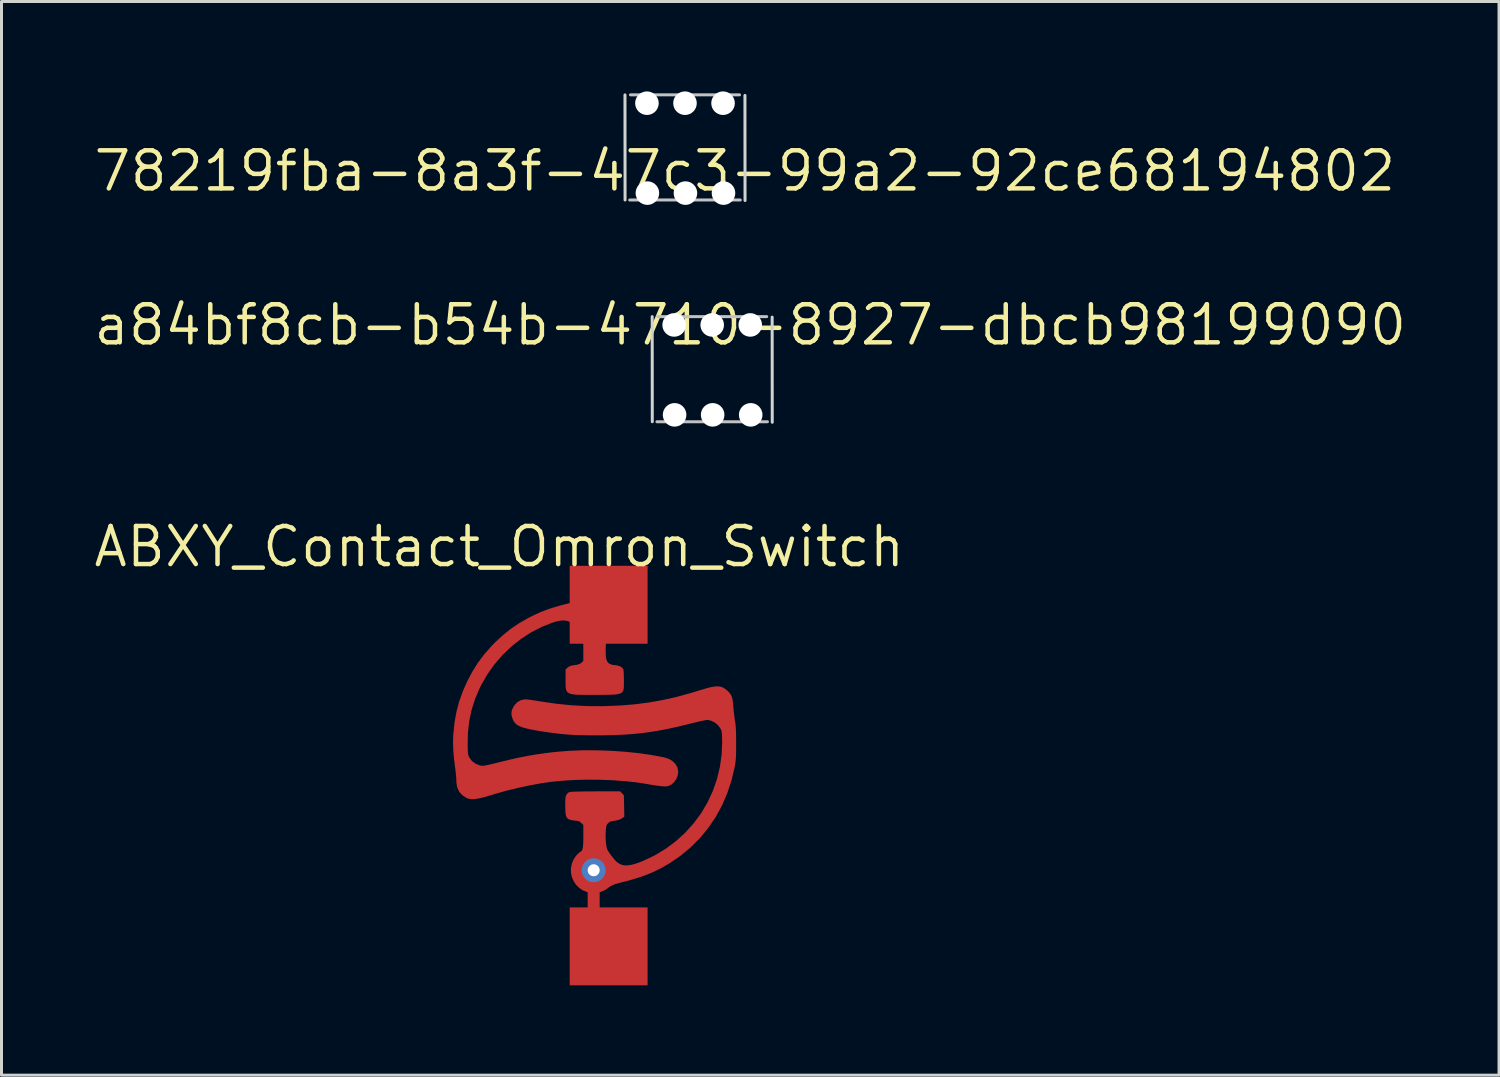
<source format=kicad_pcb>
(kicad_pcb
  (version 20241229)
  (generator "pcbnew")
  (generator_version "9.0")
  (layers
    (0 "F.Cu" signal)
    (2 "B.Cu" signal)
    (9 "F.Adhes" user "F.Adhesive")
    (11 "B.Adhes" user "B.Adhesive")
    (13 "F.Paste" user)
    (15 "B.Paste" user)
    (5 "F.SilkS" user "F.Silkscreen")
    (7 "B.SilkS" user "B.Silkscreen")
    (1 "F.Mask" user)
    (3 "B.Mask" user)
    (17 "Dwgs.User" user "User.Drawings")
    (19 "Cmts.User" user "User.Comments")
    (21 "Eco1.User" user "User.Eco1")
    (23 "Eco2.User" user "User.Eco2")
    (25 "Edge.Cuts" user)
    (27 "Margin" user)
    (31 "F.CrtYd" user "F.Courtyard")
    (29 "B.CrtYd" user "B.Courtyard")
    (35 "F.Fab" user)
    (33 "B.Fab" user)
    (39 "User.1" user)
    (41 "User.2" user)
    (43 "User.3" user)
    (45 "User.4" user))
  (footprint "ABXY_Contact_Omron_Switch"
    (layer "F.Cu")
    (at 16.764 21.695)
    (property "Reference" "ABXY_Contact_Omron_Switch" (at -3.15 -6.5 0) (layer "F.SilkS") (effects (font (size 1.27 1.27) (thickness 0.15))))
    (attr through_hole)
    (fp_rect (start -0.8 -5.86) (end 1.8 -3.26) (stroke (width 0) (type solid)) (fill yes) (layer "F.Mask"))
    (fp_rect (start -0.8 5.54) (end 1.8 8.14) (stroke (width 0) (type solid)) (fill yes) (layer "F.Mask"))
    (fp_circle (center 0 0) (end 3.5 0) (stroke (width 0.12) (type solid)) (fill yes) (layer "F.Mask"))
    (pad "1" smd custom (at 0 -4.2) (size 1.524 1.524) (layers "F.Cu" "F.Mask" "F.Paste") (options (anchor circle)) (primitives (gr_rect (start -0.8 -1.66) (end 1.8 0.94) (width 0) (fill yes)) (gr_poly (pts (xy 0.252 -0.691) (xy 0.406 -0.622) (xy 0.542 -0.517) (xy 0.562 -0.495) (xy 0.646 -0.394) (xy 0.702 -0.297) (xy 0.735 -0.19) (xy 0.749 -0.061) (xy 0.75 0.007) (xy 0.748 0.108) (xy 0.742 0.179) (xy 0.729 0.235) (xy 0.707 0.289) (xy 0.694 0.315) (xy 0.647 0.392) (xy 0.588 0.478) (xy 0.55 0.527) (xy 0.494 0.603) (xy 0.453 0.683) (xy 0.424 0.775) (xy 0.407 0.887) (xy 0.398 1.027) (xy 0.396 1.134) (xy 0.398 1.282) (xy 0.406 1.394) (xy 0.423 1.478) (xy 0.451 1.54) (xy 0.49 1.586) (xy 0.532 1.616) (xy 0.614 1.648) (xy 0.697 1.659) (xy 0.796 1.671) (xy 0.884 1.701) (xy 0.951 1.746) (xy 0.987 1.799) (xy 0.987 1.8) (xy 0.993 1.842) (xy 0.998 1.917) (xy 1.002 2.016) (xy 1.004 2.128) (xy 1.004 2.167) (xy 1.004 2.278) (xy 1.003 2.371) (xy 0.996 2.447) (xy 0.98 2.506) (xy 0.952 2.552) (xy 0.907 2.587) (xy 0.842 2.61) (xy 0.754 2.626) (xy 0.638 2.635) (xy 0.492 2.639) (xy 0.311 2.641) (xy 0.092 2.641) (xy 0.051 2.641) (xy -0.178 2.642) (xy -0.369 2.641) (xy -0.525 2.638) (xy -0.649 2.63) (xy -0.745 2.615) (xy -0.817 2.592) (xy -0.867 2.558) (xy -0.901 2.512) (xy -0.921 2.451) (xy -0.93 2.375) (xy -0.933 2.28) (xy -0.933 2.166) (xy -0.933 2.119) (xy -0.933 1.803) (xy -0.874 1.744) (xy -0.791 1.69) (xy -0.725 1.672) (xy -0.642 1.659) (xy -0.556 1.647) (xy -0.548 1.645) (xy -0.451 1.612) (xy -0.399 1.573) (xy -0.34 1.514) (xy -0.341 1.136) (xy -0.342 0.974) (xy -0.349 0.846) (xy -0.363 0.742) (xy -0.389 0.656) (xy -0.429 0.577) (xy -0.486 0.498) (xy -0.564 0.409) (xy -0.632 0.338) (xy -0.732 0.248) (xy -0.835 0.189) (xy -0.946 0.16) (xy -1.073 0.159) (xy -1.221 0.185) (xy -1.372 0.23) (xy -1.74 0.375) (xy -2.094 0.558) (xy -2.43 0.777) (xy -2.747 1.028) (xy -3.041 1.309) (xy -3.308 1.616) (xy -3.545 1.948) (xy -3.75 2.302) (xy -3.809 2.421) (xy -3.966 2.79) (xy -4.083 3.164) (xy -4.162 3.547) (xy -4.204 3.944) (xy -4.21 4.339) (xy -4.207 4.463) (xy -4.203 4.554) (xy -4.196 4.619) (xy -4.186 4.667) (xy -4.171 4.707) (xy -4.151 4.747) (xy -4.15 4.748) (xy -4.064 4.86) (xy -3.949 4.946) (xy -3.816 5.001) (xy -3.8 5.005) (xy -3.762 5.013) (xy -3.727 5.017) (xy -3.688 5.018) (xy -3.641 5.013) (xy -3.578 5.001) (xy -3.495 4.983) (xy -3.385 4.957) (xy -3.243 4.922) (xy -3.159 4.901) (xy -2.824 4.82) (xy -2.519 4.751) (xy -2.233 4.694) (xy -1.956 4.646) (xy -1.677 4.605) (xy -1.386 4.569) (xy -1.208 4.55) (xy -0.789 4.517) (xy -0.345 4.501) (xy 0.114 4.502) (xy 0.58 4.518) (xy 1.042 4.55) (xy 1.493 4.596) (xy 1.922 4.657) (xy 2.322 4.731) (xy 2.365 4.741) (xy 2.513 4.79) (xy 2.635 4.865) (xy 2.73 4.961) (xy 2.792 5.074) (xy 2.817 5.2) (xy 2.817 5.212) (xy 2.8 5.339) (xy 2.751 5.458) (xy 2.677 5.561) (xy 2.584 5.641) (xy 2.478 5.689) (xy 2.457 5.694) (xy 2.387 5.698) (xy 2.281 5.692) (xy 2.138 5.675) (xy 1.956 5.648) (xy 1.776 5.617) (xy 1.423 5.562) (xy 1.039 5.52) (xy 0.633 5.491) (xy 0.214 5.475) (xy -0.208 5.472) (xy -0.624 5.481) (xy -1.024 5.505) (xy -1.4 5.542) (xy -1.42 5.544) (xy -1.774 5.596) (xy -2.153 5.666) (xy -2.543 5.75) (xy -2.931 5.845) (xy -3.303 5.95) (xy -3.462 5.999) (xy -3.665 6.059) (xy -3.835 6.099) (xy -3.977 6.119) (xy -4.093 6.121) (xy -4.189 6.104) (xy -4.252 6.078) (xy -4.388 5.986) (xy -4.487 5.873) (xy -4.549 5.738) (xy -4.576 5.582) (xy -4.577 5.533) (xy -4.58 5.448) (xy -4.589 5.337) (xy -4.601 5.213) (xy -4.617 5.092) (xy -4.655 4.792) (xy -4.679 4.523) (xy -4.688 4.274) (xy -4.684 4.038) (xy -4.678 3.95) (xy -4.639 3.568) (xy -4.575 3.212) (xy -4.485 2.871) (xy -4.365 2.535) (xy -4.226 2.219) (xy -4.051 1.884) (xy -3.86 1.579) (xy -3.645 1.293) (xy -3.398 1.014) (xy -3.304 0.917) (xy -3.039 0.669) (xy -2.77 0.452) (xy -2.488 0.26) (xy -2.18 0.084) (xy -2.002 -0.005) (xy -1.796 -0.099) (xy -1.594 -0.181) (xy -1.383 -0.253) (xy -1.152 -0.321) (xy -0.943 -0.375) (xy -0.786 -0.416) (xy -0.665 -0.453) (xy -0.573 -0.487) (xy -0.506 -0.521) (xy -0.499 -0.526) (xy -0.386 -0.595) (xy -0.299 -0.644) (xy -0.227 -0.677) (xy -0.163 -0.698) (xy -0.095 -0.712) (xy -0.094 -0.713) (xy 0.084 -0.722) (xy 0.252 -0.691)) (width 0.01) (fill yes))))
    (pad "2" thru_hole circle (at 0 4.3) (size 0.8 0.8) (drill 0.4) (layers "*.Cu" "*.Mask"))
    (pad "2" smd custom (at 0 4.3) (size 1.524 1.524) (layers "F.Cu" "F.Mask" "F.Paste") (options (anchor circle)) (primitives (gr_line (start 0 0) (end 0 2) (width 0.4)) (gr_rect (start -0.8 1.24) (end 1.8 3.84) (width 0) (fill yes)) (gr_poly (pts (xy 4.221 -6.125) (xy 4.302 -6.099) (xy 4.377 -6.056) (xy 4.451 -5.996) (xy 4.472 -5.977) (xy 4.532 -5.914) (xy 4.576 -5.852) (xy 4.608 -5.781) (xy 4.63 -5.693) (xy 4.646 -5.578) (xy 4.656 -5.462) (xy 4.668 -5.333) (xy 4.683 -5.196) (xy 4.699 -5.069) (xy 4.713 -4.98) (xy 4.726 -4.897) (xy 4.735 -4.804) (xy 4.742 -4.694) (xy 4.747 -4.56) (xy 4.749 -4.396) (xy 4.75 -4.238) (xy 4.749 -4.063) (xy 4.748 -3.923) (xy 4.745 -3.809) (xy 4.739 -3.715) (xy 4.732 -3.633) (xy 4.721 -3.555) (xy 4.707 -3.473) (xy 4.703 -3.452) (xy 4.596 -3) (xy 4.453 -2.568) (xy 4.275 -2.158) (xy 4.063 -1.771) (xy 3.817 -1.409) (xy 3.539 -1.072) (xy 3.228 -0.762) (xy 2.887 -0.48) (xy 2.525 -0.233) (xy 2.272 -0.087) (xy 2.014 0.042) (xy 1.741 0.156) (xy 1.447 0.257) (xy 1.125 0.351) (xy 0.858 0.417) (xy 0.713 0.458) (xy 0.587 0.515) (xy 0.516 0.556) (xy 0.435 0.605) (xy 0.359 0.647) (xy 0.301 0.677) (xy 0.292 0.681) (xy 0.186 0.71) (xy 0.062 0.723) (xy -0.061 0.719) (xy -0.088 0.715) (xy -0.231 0.671) (xy -0.369 0.593) (xy -0.491 0.489) (xy -0.587 0.367) (xy -0.611 0.322) (xy -0.664 0.173) (xy -0.683 0.008) (xy -0.676 -0.109) (xy -0.658 -0.205) (xy -0.63 -0.287) (xy -0.587 -0.369) (xy -0.52 -0.464) (xy -0.496 -0.496) (xy -0.443 -0.566) (xy -0.404 -0.626) (xy -0.377 -0.684) (xy -0.358 -0.749) (xy -0.347 -0.829) (xy -0.342 -0.931) (xy -0.34 -1.063) (xy -0.34 -1.139) (xy -0.34 -1.512) (xy -0.409 -1.58) (xy -0.451 -1.617) (xy -0.493 -1.64) (xy -0.55 -1.654) (xy -0.633 -1.663) (xy -0.735 -1.676) (xy -0.812 -1.696) (xy -0.867 -1.728) (xy -0.905 -1.78) (xy -0.927 -1.855) (xy -0.939 -1.959) (xy -0.943 -2.098) (xy -0.943 -2.153) (xy -0.943 -2.275) (xy -0.94 -2.362) (xy -0.934 -2.424) (xy -0.925 -2.469) (xy -0.91 -2.505) (xy -0.9 -2.523) (xy -0.863 -2.574) (xy -0.817 -2.6) (xy -0.762 -2.612) (xy -0.72 -2.615) (xy -0.64 -2.618) (xy -0.529 -2.621) (xy -0.392 -2.624) (xy -0.235 -2.626) (xy -0.063 -2.627) (xy 0.106 -2.628) (xy 0.88 -2.629) (xy 0.942 -2.565) (xy 1.004 -2.5) (xy 1.011 -2.145) (xy 1.017 -1.79) (xy 0.935 -1.733) (xy 0.861 -1.694) (xy 0.766 -1.668) (xy 0.698 -1.657) (xy 0.61 -1.644) (xy 0.551 -1.626) (xy 0.507 -1.6) (xy 0.479 -1.574) (xy 0.447 -1.539) (xy 0.427 -1.503) (xy 0.414 -1.454) (xy 0.405 -1.38) (xy 0.4 -1.324) (xy 0.394 -1.189) (xy 0.396 -1.05) (xy 0.405 -0.919) (xy 0.42 -0.803) (xy 0.44 -0.714) (xy 0.454 -0.68) (xy 0.493 -0.616) (xy 0.549 -0.534) (xy 0.616 -0.446) (xy 0.682 -0.365) (xy 0.738 -0.302) (xy 0.758 -0.283) (xy 0.849 -0.216) (xy 0.948 -0.173) (xy 1.058 -0.155) (xy 1.184 -0.162) (xy 1.332 -0.193) (xy 1.505 -0.25) (xy 1.664 -0.312) (xy 2.046 -0.495) (xy 2.408 -0.713) (xy 2.745 -0.964) (xy 3.056 -1.247) (xy 3.338 -1.558) (xy 3.589 -1.897) (xy 3.597 -1.91) (xy 3.808 -2.269) (xy 3.983 -2.646) (xy 4.12 -3.04) (xy 4.218 -3.445) (xy 4.276 -3.858) (xy 4.294 -4.275) (xy 4.292 -4.346) (xy 4.289 -4.467) (xy 4.284 -4.555) (xy 4.278 -4.618) (xy 4.267 -4.664) (xy 4.251 -4.704) (xy 4.229 -4.745) (xy 4.226 -4.751) (xy 4.149 -4.849) (xy 4.048 -4.932) (xy 3.934 -4.991) (xy 3.82 -5.02) (xy 3.789 -5.021) (xy 3.746 -5.016) (xy 3.669 -5.002) (xy 3.564 -4.979) (xy 3.439 -4.951) (xy 3.301 -4.917) (xy 3.213 -4.895) (xy 2.814 -4.798) (xy 2.443 -4.717) (xy 2.09 -4.651) (xy 1.748 -4.599) (xy 1.405 -4.56) (xy 1.053 -4.533) (xy 0.682 -4.516) (xy 0.283 -4.508) (xy 0.094 -4.507) (xy -0.186 -4.509) (xy -0.433 -4.513) (xy -0.656 -4.521) (xy -0.864 -4.534) (xy -1.067 -4.552) (xy -1.273 -4.575) (xy -1.492 -4.604) (xy -1.674 -4.631) (xy -1.904 -4.668) (xy -2.095 -4.704) (xy -2.253 -4.739) (xy -2.38 -4.775) (xy -2.481 -4.816) (xy -2.559 -4.861) (xy -2.619 -4.914) (xy -2.665 -4.977) (xy -2.699 -5.05) (xy -2.725 -5.125) (xy -2.742 -5.227) (xy -2.73 -5.325) (xy -2.685 -5.43) (xy -2.642 -5.5) (xy -2.55 -5.602) (xy -2.438 -5.669) (xy -2.311 -5.698) (xy -2.282 -5.699) (xy -2.226 -5.695) (xy -2.138 -5.685) (xy -2.027 -5.67) (xy -1.903 -5.651) (xy -1.815 -5.636) (xy -1.275 -5.556) (xy -0.753 -5.502) (xy -0.234 -5.474) (xy 0.296 -5.471) (xy 0.39 -5.473) (xy 0.904 -5.495) (xy 1.39 -5.535) (xy 1.86 -5.596) (xy 2.322 -5.679) (xy 2.789 -5.785) (xy 3.271 -5.918) (xy 3.534 -5.999) (xy 3.727 -6.057) (xy 3.887 -6.1) (xy 4.019 -6.125) (xy 4.128 -6.133) (xy 4.221 -6.125)) (width 0.01) (fill yes))))
    (zone (net_name "") (layer "F.Cu") (hatch edge 0.508) (connect_pads) (min_thickness 0.254) (filled_areas_thickness no) (keepout (tracks not_allowed) (vias not_allowed) (pads allowed) (copperpour not_allowed) (footprints not_allowed)) (placement (enabled no)) (fill) (polygon (pts (xy 20.299 19.997) (xy 20.364 23.295) (xy 18.364 25.095) (xy 15.164 25.095) (xy 13.164 23.295) (xy 13.164 20.095) (xy 15.164 18.295) (xy 18.364 18.295)))))
  (footprint "a84bf8cb-b54b-4710-8927-dbcb98199090"
    (layer "F.Cu")
    (at 22.721 7.535)
    (property "Reference" "a84bf8cb-b54b-4710-8927-dbcb98199090" (at -0.731 0.26 0) (layer "F.SilkS") (effects (font (size 1.27 1.27) (thickness 0.15))))
    (fp_line (start -3.846 3.491) (end -0.156 3.491) (stroke (width 0.1) (type solid)) (layer "Dwgs.User"))
    (fp_line (start -0.181 -0.018) (end -3.821 -0.018) (stroke (width 0.1) (type solid)) (layer "Dwgs.User"))
    (fp_line (start -4.004 -0.017) (end -4.001 3.49) (stroke (width 0.1) (type solid)) (layer "Edge.Cuts"))
    (fp_line (start 0 0) (end 0.003 3.508) (stroke (width 0.1) (type solid)) (layer "Edge.Cuts"))
    (pad "" np_thru_hole circle (at -3.271 0.26 180) (size 0.787 0.787) (drill 0.787) (layers "*.Cu" "*.Mask"))
    (pad "" np_thru_hole circle (at -3.256 3.261) (size 0.787 0.787) (drill 0.787) (layers "*.Cu" "*.Mask"))
    (pad "" np_thru_hole circle (at -2.001 0.26 180) (size 0.787 0.787) (drill 0.787) (layers "*.Cu" "*.Mask"))
    (pad "" np_thru_hole circle (at -1.986 3.261) (size 0.787 0.787) (drill 0.787) (layers "*.Cu" "*.Mask"))
    (pad "" np_thru_hole circle (at -0.731 0.26 180) (size 0.787 0.787) (drill 0.787) (layers "*.Cu" "*.Mask"))
    (pad "" np_thru_hole circle (at -0.716 3.261) (size 0.787 0.787) (drill 0.787) (layers "*.Cu" "*.Mask")))
  (footprint "78219fba-8a3f-47c3-99a2-92ce68194802"
    (layer "F.Cu")
    (at 21.809 2.657)
    (property "Reference" "78219fba-8a3f-47c3-99a2-92ce68194802" (at 0 0 0) (layer "F.SilkS") (effects (font (size 1.27 1.27) (thickness 0.15))))
    (fp_line (start -3.842 0.968) (end -0.152 0.968) (stroke (width 0.1) (type solid)) (layer "Dwgs.User"))
    (fp_line (start -0.177 -2.541) (end -3.817 -2.541) (stroke (width 0.1) (type solid)) (layer "Dwgs.User"))
    (fp_line (start -4 -2.54) (end -3.997 0.968) (stroke (width 0.1) (type solid)) (layer "Edge.Cuts"))
    (fp_line (start 0.004 -2.523) (end 0.007 0.985) (stroke (width 0.1) (type solid)) (layer "Edge.Cuts"))
    (pad "" np_thru_hole circle (at -3.267 -2.263 180) (size 0.787 0.787) (drill 0.787) (layers "*.Cu" "*.Mask"))
    (pad "" np_thru_hole circle (at -3.252 0.738) (size 0.787 0.787) (drill 0.787) (layers "*.Cu" "*.Mask"))
    (pad "" np_thru_hole circle (at -1.997 -2.263 180) (size 0.787 0.787) (drill 0.787) (layers "*.Cu" "*.Mask"))
    (pad "" np_thru_hole circle (at -1.982 0.738) (size 0.787 0.787) (drill 0.787) (layers "*.Cu" "*.Mask"))
    (pad "" np_thru_hole circle (at -0.727 -2.263 180) (size 0.787 0.787) (drill 0.787) (layers "*.Cu" "*.Mask"))
    (pad "" np_thru_hole circle (at -0.712 0.738) (size 0.787 0.787) (drill 0.787) (layers "*.Cu" "*.Mask")))
  (gr_rect
    (start -3 -3)
    (end 46.981 32.835)
    (stroke (width 0.1) (type default))
    (fill no)
    (layer "Edge.Cuts")))
</source>
